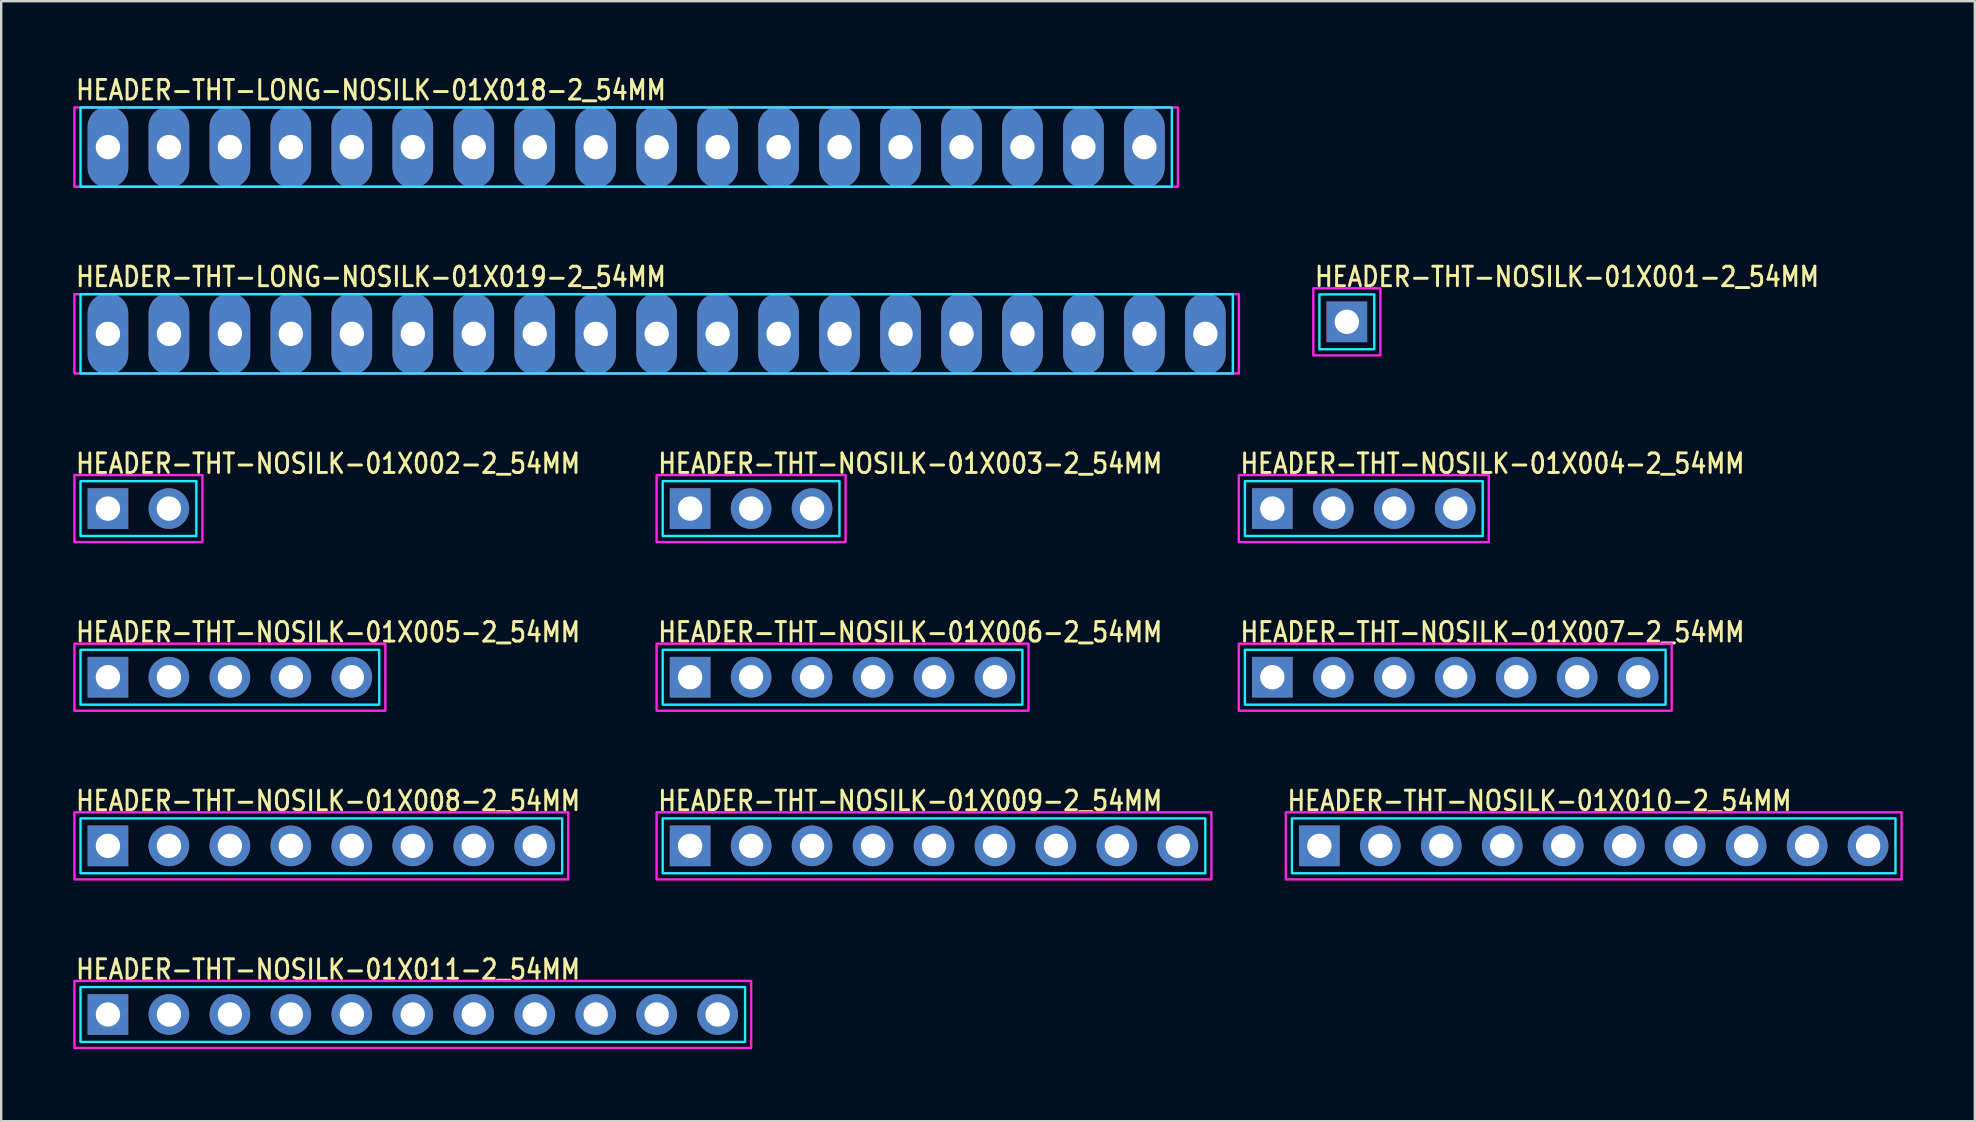
<source format=kicad_pcb>
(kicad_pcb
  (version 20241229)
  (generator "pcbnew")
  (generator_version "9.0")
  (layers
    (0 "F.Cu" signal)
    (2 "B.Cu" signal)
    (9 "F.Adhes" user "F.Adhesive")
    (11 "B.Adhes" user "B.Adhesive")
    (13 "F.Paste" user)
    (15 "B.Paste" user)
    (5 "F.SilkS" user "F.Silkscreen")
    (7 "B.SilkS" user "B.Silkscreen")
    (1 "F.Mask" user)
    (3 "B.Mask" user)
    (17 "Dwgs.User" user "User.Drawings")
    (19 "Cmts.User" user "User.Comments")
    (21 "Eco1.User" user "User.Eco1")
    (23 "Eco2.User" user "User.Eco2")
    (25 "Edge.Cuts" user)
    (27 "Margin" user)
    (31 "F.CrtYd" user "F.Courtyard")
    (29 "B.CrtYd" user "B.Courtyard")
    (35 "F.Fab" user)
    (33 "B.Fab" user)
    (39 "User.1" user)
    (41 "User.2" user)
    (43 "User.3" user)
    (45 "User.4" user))
  (footprint "HEADER-THT-NOSILK-01X008-2_54MM"
    (layer "F.Cu")
    (at 1.447 32.189)
    (property "Reference" "HEADER-THT-NOSILK-01X008-2_54MM" (at -1.4 -1.4 0) (unlocked yes) (layer "F.SilkS") (effects (font (size 0.813 0.695) (thickness 0.122)) (justify left bottom)))
    (fp_poly (pts (xy -1.143 -1.143) (xy 18.923 -1.143) (xy 18.923 1.143) (xy -1.143 1.143)) (stroke (width 0.1) (type solid)) (fill no) (layer "B.CrtYd"))
    (fp_poly (pts (xy -1.397 -1.397) (xy 19.177 -1.397) (xy 19.177 1.397) (xy -1.397 1.397)) (stroke (width 0.1) (type solid)) (fill no) (layer "F.CrtYd"))
    (pad "1" thru_hole rect (at 0 0) (size 1.693 1.693) (drill 1.016) (layers "*.Cu" "*.Mask"))
    (pad "2" thru_hole oval (at 2.54 0) (size 1.693 1.693) (drill 1.016) (layers "*.Cu" "*.Mask"))
    (pad "3" thru_hole oval (at 5.08 0) (size 1.693 1.693) (drill 1.016) (layers "*.Cu" "*.Mask"))
    (pad "4" thru_hole oval (at 7.62 0) (size 1.693 1.693) (drill 1.016) (layers "*.Cu" "*.Mask"))
    (pad "5" thru_hole oval (at 10.16 0) (size 1.693 1.693) (drill 1.016) (layers "*.Cu" "*.Mask"))
    (pad "6" thru_hole oval (at 12.7 0) (size 1.693 1.693) (drill 1.016) (layers "*.Cu" "*.Mask"))
    (pad "7" thru_hole oval (at 15.24 0) (size 1.693 1.693) (drill 1.016) (layers "*.Cu" "*.Mask"))
    (pad "8" thru_hole oval (at 17.78 0) (size 1.693 1.693) (drill 1.016) (layers "*.Cu" "*.Mask")))
  (footprint "HEADER-THT-NOSILK-01X011-2_54MM"
    (layer "F.Cu")
    (at 1.447 39.214)
    (property "Reference" "HEADER-THT-NOSILK-01X011-2_54MM" (at -1.4 -1.4 0) (unlocked yes) (layer "F.SilkS") (effects (font (size 0.813 0.695) (thickness 0.122)) (justify left bottom)))
    (fp_poly (pts (xy -1.143 -1.143) (xy 26.543 -1.143) (xy 26.543 1.143) (xy -1.143 1.143)) (stroke (width 0.1) (type solid)) (fill no) (layer "B.CrtYd"))
    (fp_poly (pts (xy -1.397 -1.397) (xy 26.797 -1.397) (xy 26.797 1.397) (xy -1.397 1.397)) (stroke (width 0.1) (type solid)) (fill no) (layer "F.CrtYd"))
    (pad "1" thru_hole rect (at 0 0) (size 1.693 1.693) (drill 1.016) (layers "*.Cu" "*.Mask"))
    (pad "2" thru_hole oval (at 2.54 0) (size 1.693 1.693) (drill 1.016) (layers "*.Cu" "*.Mask"))
    (pad "3" thru_hole oval (at 5.08 0) (size 1.693 1.693) (drill 1.016) (layers "*.Cu" "*.Mask"))
    (pad "4" thru_hole oval (at 7.62 0) (size 1.693 1.693) (drill 1.016) (layers "*.Cu" "*.Mask"))
    (pad "5" thru_hole oval (at 10.16 0) (size 1.693 1.693) (drill 1.016) (layers "*.Cu" "*.Mask"))
    (pad "6" thru_hole oval (at 12.7 0) (size 1.693 1.693) (drill 1.016) (layers "*.Cu" "*.Mask"))
    (pad "7" thru_hole oval (at 15.24 0) (size 1.693 1.693) (drill 1.016) (layers "*.Cu" "*.Mask"))
    (pad "8" thru_hole oval (at 17.78 0) (size 1.693 1.693) (drill 1.016) (layers "*.Cu" "*.Mask"))
    (pad "9" thru_hole oval (at 20.32 0) (size 1.693 1.693) (drill 1.016) (layers "*.Cu" "*.Mask"))
    (pad "10" thru_hole oval (at 22.86 0) (size 1.693 1.693) (drill 1.016) (layers "*.Cu" "*.Mask"))
    (pad "11" thru_hole oval (at 25.4 0) (size 1.693 1.693) (drill 1.016) (layers "*.Cu" "*.Mask")))
  (footprint "HEADER-THT-NOSILK-01X007-2_54MM"
    (layer "F.Cu")
    (at 49.956 25.163)
    (property "Reference" "HEADER-THT-NOSILK-01X007-2_54MM" (at -1.4 -1.4 0) (unlocked yes) (layer "F.SilkS") (effects (font (size 0.813 0.695) (thickness 0.122)) (justify left bottom)))
    (fp_poly (pts (xy -1.143 -1.143) (xy 16.383 -1.143) (xy 16.383 1.143) (xy -1.143 1.143)) (stroke (width 0.1) (type solid)) (fill no) (layer "B.CrtYd"))
    (fp_poly (pts (xy -1.397 -1.397) (xy 16.637 -1.397) (xy 16.637 1.397) (xy -1.397 1.397)) (stroke (width 0.1) (type solid)) (fill no) (layer "F.CrtYd"))
    (pad "1" thru_hole rect (at 0 0) (size 1.693 1.693) (drill 1.016) (layers "*.Cu" "*.Mask"))
    (pad "2" thru_hole oval (at 2.54 0) (size 1.693 1.693) (drill 1.016) (layers "*.Cu" "*.Mask"))
    (pad "3" thru_hole oval (at 5.08 0) (size 1.693 1.693) (drill 1.016) (layers "*.Cu" "*.Mask"))
    (pad "4" thru_hole oval (at 7.62 0) (size 1.693 1.693) (drill 1.016) (layers "*.Cu" "*.Mask"))
    (pad "5" thru_hole oval (at 10.16 0) (size 1.693 1.693) (drill 1.016) (layers "*.Cu" "*.Mask"))
    (pad "6" thru_hole oval (at 12.7 0) (size 1.693 1.693) (drill 1.016) (layers "*.Cu" "*.Mask"))
    (pad "7" thru_hole oval (at 15.24 0) (size 1.693 1.693) (drill 1.016) (layers "*.Cu" "*.Mask")))
  (footprint "HEADER-THT-NOSILK-01X003-2_54MM"
    (layer "F.Cu")
    (at 25.701 18.138)
    (property "Reference" "HEADER-THT-NOSILK-01X003-2_54MM" (at -1.4 -1.4 0) (unlocked yes) (layer "F.SilkS") (effects (font (size 0.813 0.695) (thickness 0.122)) (justify left bottom)))
    (fp_poly (pts (xy -1.143 -1.143) (xy 6.223 -1.143) (xy 6.223 1.143) (xy -1.143 1.143)) (stroke (width 0.1) (type solid)) (fill no) (layer "B.CrtYd"))
    (fp_poly (pts (xy -1.397 -1.397) (xy 6.477 -1.397) (xy 6.477 1.397) (xy -1.397 1.397)) (stroke (width 0.1) (type solid)) (fill no) (layer "F.CrtYd"))
    (pad "1" thru_hole rect (at 0 0) (size 1.693 1.693) (drill 1.016) (layers "*.Cu" "*.Mask"))
    (pad "2" thru_hole oval (at 2.54 0) (size 1.693 1.693) (drill 1.016) (layers "*.Cu" "*.Mask"))
    (pad "3" thru_hole oval (at 5.08 0) (size 1.693 1.693) (drill 1.016) (layers "*.Cu" "*.Mask")))
  (footprint "HEADER-THT-LONG-NOSILK-01X019-2_54MM"
    (layer "F.Cu")
    (at 1.447 10.858)
    (property "Reference" "HEADER-THT-LONG-NOSILK-01X019-2_54MM" (at -1.4 -1.9 0) (unlocked yes) (layer "F.SilkS") (effects (font (size 0.813 0.695) (thickness 0.122)) (justify left bottom)))
    (fp_poly (pts (xy -1.143 -1.651) (xy 46.863 -1.651) (xy 46.863 1.651) (xy -1.143 1.651)) (stroke (width 0.1) (type solid)) (fill no) (layer "B.CrtYd"))
    (fp_poly (pts (xy -1.397 -1.651) (xy 47.117 -1.651) (xy 47.117 1.651) (xy -1.397 1.651)) (stroke (width 0.1) (type solid)) (fill no) (layer "F.CrtYd"))
    (pad "1" thru_hole oval (at 0 0 90) (size 3.387 1.693) (drill 1.016) (layers "*.Cu" "*.Mask"))
    (pad "2" thru_hole oval (at 2.54 0 90) (size 3.387 1.693) (drill 1.016) (layers "*.Cu" "*.Mask"))
    (pad "3" thru_hole oval (at 5.08 0 90) (size 3.387 1.693) (drill 1.016) (layers "*.Cu" "*.Mask"))
    (pad "4" thru_hole oval (at 7.62 0 90) (size 3.387 1.693) (drill 1.016) (layers "*.Cu" "*.Mask"))
    (pad "5" thru_hole oval (at 10.16 0 90) (size 3.387 1.693) (drill 1.016) (layers "*.Cu" "*.Mask"))
    (pad "6" thru_hole oval (at 12.7 0 90) (size 3.387 1.693) (drill 1.016) (layers "*.Cu" "*.Mask"))
    (pad "7" thru_hole oval (at 15.24 0 90) (size 3.387 1.693) (drill 1.016) (layers "*.Cu" "*.Mask"))
    (pad "8" thru_hole oval (at 17.78 0 90) (size 3.387 1.693) (drill 1.016) (layers "*.Cu" "*.Mask"))
    (pad "9" thru_hole oval (at 20.32 0 90) (size 3.387 1.693) (drill 1.016) (layers "*.Cu" "*.Mask"))
    (pad "10" thru_hole oval (at 22.86 0 90) (size 3.387 1.693) (drill 1.016) (layers "*.Cu" "*.Mask"))
    (pad "11" thru_hole oval (at 25.4 0 90) (size 3.387 1.693) (drill 1.016) (layers "*.Cu" "*.Mask"))
    (pad "12" thru_hole oval (at 27.94 0 90) (size 3.387 1.693) (drill 1.016) (layers "*.Cu" "*.Mask"))
    (pad "13" thru_hole oval (at 30.48 0 90) (size 3.387 1.693) (drill 1.016) (layers "*.Cu" "*.Mask"))
    (pad "14" thru_hole oval (at 33.02 0 90) (size 3.387 1.693) (drill 1.016) (layers "*.Cu" "*.Mask"))
    (pad "15" thru_hole oval (at 35.56 0 90) (size 3.387 1.693) (drill 1.016) (layers "*.Cu" "*.Mask"))
    (pad "16" thru_hole oval (at 38.1 0 90) (size 3.387 1.693) (drill 1.016) (layers "*.Cu" "*.Mask"))
    (pad "17" thru_hole oval (at 40.64 0 90) (size 3.387 1.693) (drill 1.016) (layers "*.Cu" "*.Mask"))
    (pad "18" thru_hole oval (at 43.18 0 90) (size 3.387 1.693) (drill 1.016) (layers "*.Cu" "*.Mask"))
    (pad "19" thru_hole oval (at 45.72 0 90) (size 3.387 1.693) (drill 1.016) (layers "*.Cu" "*.Mask")))
  (footprint "HEADER-THT-NOSILK-01X002-2_54MM"
    (layer "F.Cu")
    (at 1.447 18.138)
    (property "Reference" "HEADER-THT-NOSILK-01X002-2_54MM" (at -1.4 -1.4 0) (unlocked yes) (layer "F.SilkS") (effects (font (size 0.813 0.695) (thickness 0.122)) (justify left bottom)))
    (fp_poly (pts (xy -1.143 -1.143) (xy 3.683 -1.143) (xy 3.683 1.143) (xy -1.143 1.143)) (stroke (width 0.1) (type solid)) (fill no) (layer "B.CrtYd"))
    (fp_poly (pts (xy -1.397 -1.397) (xy 3.937 -1.397) (xy 3.937 1.397) (xy -1.397 1.397)) (stroke (width 0.1) (type solid)) (fill no) (layer "F.CrtYd"))
    (pad "1" thru_hole rect (at 0 0) (size 1.693 1.693) (drill 1.016) (layers "*.Cu" "*.Mask"))
    (pad "2" thru_hole oval (at 2.54 0) (size 1.693 1.693) (drill 1.016) (layers "*.Cu" "*.Mask")))
  (footprint "HEADER-THT-NOSILK-01X004-2_54MM"
    (layer "F.Cu")
    (at 49.956 18.138)
    (property "Reference" "HEADER-THT-NOSILK-01X004-2_54MM" (at -1.4 -1.4 0) (unlocked yes) (layer "F.SilkS") (effects (font (size 0.813 0.695) (thickness 0.122)) (justify left bottom)))
    (fp_poly (pts (xy -1.143 -1.143) (xy 8.763 -1.143) (xy 8.763 1.143) (xy -1.143 1.143)) (stroke (width 0.1) (type solid)) (fill no) (layer "B.CrtYd"))
    (fp_poly (pts (xy -1.397 -1.397) (xy 9.017 -1.397) (xy 9.017 1.397) (xy -1.397 1.397)) (stroke (width 0.1) (type solid)) (fill no) (layer "F.CrtYd"))
    (pad "1" thru_hole rect (at 0 0) (size 1.693 1.693) (drill 1.016) (layers "*.Cu" "*.Mask"))
    (pad "2" thru_hole oval (at 2.54 0) (size 1.693 1.693) (drill 1.016) (layers "*.Cu" "*.Mask"))
    (pad "3" thru_hole oval (at 5.08 0) (size 1.693 1.693) (drill 1.016) (layers "*.Cu" "*.Mask"))
    (pad "4" thru_hole oval (at 7.62 0) (size 1.693 1.693) (drill 1.016) (layers "*.Cu" "*.Mask")))
  (footprint "HEADER-THT-NOSILK-01X006-2_54MM"
    (layer "F.Cu")
    (at 25.701 25.163)
    (property "Reference" "HEADER-THT-NOSILK-01X006-2_54MM" (at -1.4 -1.4 0) (unlocked yes) (layer "F.SilkS") (effects (font (size 0.813 0.695) (thickness 0.122)) (justify left bottom)))
    (fp_poly (pts (xy -1.143 -1.143) (xy 13.843 -1.143) (xy 13.843 1.143) (xy -1.143 1.143)) (stroke (width 0.1) (type solid)) (fill no) (layer "B.CrtYd"))
    (fp_poly (pts (xy -1.397 -1.397) (xy 14.097 -1.397) (xy 14.097 1.397) (xy -1.397 1.397)) (stroke (width 0.1) (type solid)) (fill no) (layer "F.CrtYd"))
    (pad "1" thru_hole rect (at 0 0) (size 1.693 1.693) (drill 1.016) (layers "*.Cu" "*.Mask"))
    (pad "2" thru_hole oval (at 2.54 0) (size 1.693 1.693) (drill 1.016) (layers "*.Cu" "*.Mask"))
    (pad "3" thru_hole oval (at 5.08 0) (size 1.693 1.693) (drill 1.016) (layers "*.Cu" "*.Mask"))
    (pad "4" thru_hole oval (at 7.62 0) (size 1.693 1.693) (drill 1.016) (layers "*.Cu" "*.Mask"))
    (pad "5" thru_hole oval (at 10.16 0) (size 1.693 1.693) (drill 1.016) (layers "*.Cu" "*.Mask"))
    (pad "6" thru_hole oval (at 12.7 0) (size 1.693 1.693) (drill 1.016) (layers "*.Cu" "*.Mask")))
  (footprint "HEADER-THT-NOSILK-01X009-2_54MM"
    (layer "F.Cu")
    (at 25.701 32.189)
    (property "Reference" "HEADER-THT-NOSILK-01X009-2_54MM" (at -1.4 -1.4 0) (unlocked yes) (layer "F.SilkS") (effects (font (size 0.813 0.695) (thickness 0.122)) (justify left bottom)))
    (fp_poly (pts (xy -1.143 -1.143) (xy 21.463 -1.143) (xy 21.463 1.143) (xy -1.143 1.143)) (stroke (width 0.1) (type solid)) (fill no) (layer "B.CrtYd"))
    (fp_poly (pts (xy -1.397 -1.397) (xy 21.717 -1.397) (xy 21.717 1.397) (xy -1.397 1.397)) (stroke (width 0.1) (type solid)) (fill no) (layer "F.CrtYd"))
    (pad "1" thru_hole rect (at 0 0) (size 1.693 1.693) (drill 1.016) (layers "*.Cu" "*.Mask"))
    (pad "2" thru_hole oval (at 2.54 0) (size 1.693 1.693) (drill 1.016) (layers "*.Cu" "*.Mask"))
    (pad "3" thru_hole oval (at 5.08 0) (size 1.693 1.693) (drill 1.016) (layers "*.Cu" "*.Mask"))
    (pad "4" thru_hole oval (at 7.62 0) (size 1.693 1.693) (drill 1.016) (layers "*.Cu" "*.Mask"))
    (pad "5" thru_hole oval (at 10.16 0) (size 1.693 1.693) (drill 1.016) (layers "*.Cu" "*.Mask"))
    (pad "6" thru_hole oval (at 12.7 0) (size 1.693 1.693) (drill 1.016) (layers "*.Cu" "*.Mask"))
    (pad "7" thru_hole oval (at 15.24 0) (size 1.693 1.693) (drill 1.016) (layers "*.Cu" "*.Mask"))
    (pad "8" thru_hole oval (at 17.78 0) (size 1.693 1.693) (drill 1.016) (layers "*.Cu" "*.Mask"))
    (pad "9" thru_hole oval (at 20.32 0) (size 1.693 1.693) (drill 1.016) (layers "*.Cu" "*.Mask")))
  (footprint "HEADER-THT-LONG-NOSILK-01X018-2_54MM"
    (layer "F.Cu")
    (at 1.447 3.079)
    (property "Reference" "HEADER-THT-LONG-NOSILK-01X018-2_54MM" (at -1.4 -1.9 0) (unlocked yes) (layer "F.SilkS") (effects (font (size 0.813 0.695) (thickness 0.122)) (justify left bottom)))
    (fp_poly (pts (xy -1.143 -1.651) (xy 44.323 -1.651) (xy 44.323 1.651) (xy -1.143 1.651)) (stroke (width 0.1) (type solid)) (fill no) (layer "B.CrtYd"))
    (fp_poly (pts (xy -1.397 -1.651) (xy 44.577 -1.651) (xy 44.577 1.651) (xy -1.397 1.651)) (stroke (width 0.1) (type solid)) (fill no) (layer "F.CrtYd"))
    (pad "1" thru_hole oval (at 0 0 90) (size 3.387 1.693) (drill 1.016) (layers "*.Cu" "*.Mask"))
    (pad "2" thru_hole oval (at 2.54 0 90) (size 3.387 1.693) (drill 1.016) (layers "*.Cu" "*.Mask"))
    (pad "3" thru_hole oval (at 5.08 0 90) (size 3.387 1.693) (drill 1.016) (layers "*.Cu" "*.Mask"))
    (pad "4" thru_hole oval (at 7.62 0 90) (size 3.387 1.693) (drill 1.016) (layers "*.Cu" "*.Mask"))
    (pad "5" thru_hole oval (at 10.16 0 90) (size 3.387 1.693) (drill 1.016) (layers "*.Cu" "*.Mask"))
    (pad "6" thru_hole oval (at 12.7 0 90) (size 3.387 1.693) (drill 1.016) (layers "*.Cu" "*.Mask"))
    (pad "7" thru_hole oval (at 15.24 0 90) (size 3.387 1.693) (drill 1.016) (layers "*.Cu" "*.Mask"))
    (pad "8" thru_hole oval (at 17.78 0 90) (size 3.387 1.693) (drill 1.016) (layers "*.Cu" "*.Mask"))
    (pad "9" thru_hole oval (at 20.32 0 90) (size 3.387 1.693) (drill 1.016) (layers "*.Cu" "*.Mask"))
    (pad "10" thru_hole oval (at 22.86 0 90) (size 3.387 1.693) (drill 1.016) (layers "*.Cu" "*.Mask"))
    (pad "11" thru_hole oval (at 25.4 0 90) (size 3.387 1.693) (drill 1.016) (layers "*.Cu" "*.Mask"))
    (pad "12" thru_hole oval (at 27.94 0 90) (size 3.387 1.693) (drill 1.016) (layers "*.Cu" "*.Mask"))
    (pad "13" thru_hole oval (at 30.48 0 90) (size 3.387 1.693) (drill 1.016) (layers "*.Cu" "*.Mask"))
    (pad "14" thru_hole oval (at 33.02 0 90) (size 3.387 1.693) (drill 1.016) (layers "*.Cu" "*.Mask"))
    (pad "15" thru_hole oval (at 35.56 0 90) (size 3.387 1.693) (drill 1.016) (layers "*.Cu" "*.Mask"))
    (pad "16" thru_hole oval (at 38.1 0 90) (size 3.387 1.693) (drill 1.016) (layers "*.Cu" "*.Mask"))
    (pad "17" thru_hole oval (at 40.64 0 90) (size 3.387 1.693) (drill 1.016) (layers "*.Cu" "*.Mask"))
    (pad "18" thru_hole oval (at 43.18 0 90) (size 3.387 1.693) (drill 1.016) (layers "*.Cu" "*.Mask")))
  (footprint "HEADER-THT-NOSILK-01X005-2_54MM"
    (layer "F.Cu")
    (at 1.447 25.163)
    (property "Reference" "HEADER-THT-NOSILK-01X005-2_54MM" (at -1.4 -1.4 0) (unlocked yes) (layer "F.SilkS") (effects (font (size 0.813 0.695) (thickness 0.122)) (justify left bottom)))
    (fp_poly (pts (xy -1.143 -1.143) (xy 11.303 -1.143) (xy 11.303 1.143) (xy -1.143 1.143)) (stroke (width 0.1) (type solid)) (fill no) (layer "B.CrtYd"))
    (fp_poly (pts (xy -1.397 -1.397) (xy 11.557 -1.397) (xy 11.557 1.397) (xy -1.397 1.397)) (stroke (width 0.1) (type solid)) (fill no) (layer "F.CrtYd"))
    (pad "1" thru_hole rect (at 0 0) (size 1.693 1.693) (drill 1.016) (layers "*.Cu" "*.Mask"))
    (pad "2" thru_hole oval (at 2.54 0) (size 1.693 1.693) (drill 1.016) (layers "*.Cu" "*.Mask"))
    (pad "3" thru_hole oval (at 5.08 0) (size 1.693 1.693) (drill 1.016) (layers "*.Cu" "*.Mask"))
    (pad "4" thru_hole oval (at 7.62 0) (size 1.693 1.693) (drill 1.016) (layers "*.Cu" "*.Mask"))
    (pad "5" thru_hole oval (at 10.16 0) (size 1.693 1.693) (drill 1.016) (layers "*.Cu" "*.Mask")))
  (footprint "HEADER-THT-NOSILK-01X010-2_54MM"
    (layer "F.Cu")
    (at 51.915 32.189)
    (property "Reference" "HEADER-THT-NOSILK-01X010-2_54MM" (at -1.4 -1.4 0) (unlocked yes) (layer "F.SilkS") (effects (font (size 0.813 0.695) (thickness 0.122)) (justify left bottom)))
    (fp_poly (pts (xy -1.143 -1.143) (xy 24.003 -1.143) (xy 24.003 1.143) (xy -1.143 1.143)) (stroke (width 0.1) (type solid)) (fill no) (layer "B.CrtYd"))
    (fp_poly (pts (xy -1.397 -1.397) (xy 24.257 -1.397) (xy 24.257 1.397) (xy -1.397 1.397)) (stroke (width 0.1) (type solid)) (fill no) (layer "F.CrtYd"))
    (pad "1" thru_hole rect (at 0 0) (size 1.693 1.693) (drill 1.016) (layers "*.Cu" "*.Mask"))
    (pad "2" thru_hole oval (at 2.54 0) (size 1.693 1.693) (drill 1.016) (layers "*.Cu" "*.Mask"))
    (pad "3" thru_hole oval (at 5.08 0) (size 1.693 1.693) (drill 1.016) (layers "*.Cu" "*.Mask"))
    (pad "4" thru_hole oval (at 7.62 0) (size 1.693 1.693) (drill 1.016) (layers "*.Cu" "*.Mask"))
    (pad "5" thru_hole oval (at 10.16 0) (size 1.693 1.693) (drill 1.016) (layers "*.Cu" "*.Mask"))
    (pad "6" thru_hole oval (at 12.7 0) (size 1.693 1.693) (drill 1.016) (layers "*.Cu" "*.Mask"))
    (pad "7" thru_hole oval (at 15.24 0) (size 1.693 1.693) (drill 1.016) (layers "*.Cu" "*.Mask"))
    (pad "8" thru_hole oval (at 17.78 0) (size 1.693 1.693) (drill 1.016) (layers "*.Cu" "*.Mask"))
    (pad "9" thru_hole oval (at 20.32 0) (size 1.693 1.693) (drill 1.016) (layers "*.Cu" "*.Mask"))
    (pad "10" thru_hole oval (at 22.86 0) (size 1.693 1.693) (drill 1.016) (layers "*.Cu" "*.Mask")))
  (footprint "HEADER-THT-NOSILK-01X001-2_54MM"
    (layer "F.Cu")
    (at 53.061 10.358)
    (property "Reference" "HEADER-THT-NOSILK-01X001-2_54MM" (at -1.4 -1.4 0) (unlocked yes) (layer "F.SilkS") (effects (font (size 0.813 0.695) (thickness 0.122)) (justify left bottom)))
    (fp_poly (pts (xy -1.143 -1.143) (xy 1.143 -1.143) (xy 1.143 1.143) (xy -1.143 1.143)) (stroke (width 0.1) (type solid)) (fill no) (layer "B.CrtYd"))
    (fp_poly (pts (xy -1.397 -1.397) (xy 1.397 -1.397) (xy 1.397 1.397) (xy -1.397 1.397)) (stroke (width 0.1) (type solid)) (fill no) (layer "F.CrtYd"))
    (pad "1" thru_hole rect (at 0 0) (size 1.693 1.693) (drill 1.016) (layers "*.Cu" "*.Mask")))
  (gr_rect
    (start -3 -3)
    (end 79.222 43.661)
    (stroke (width 0.1) (type default))
    (fill no)
    (layer "Edge.Cuts")))
</source>
